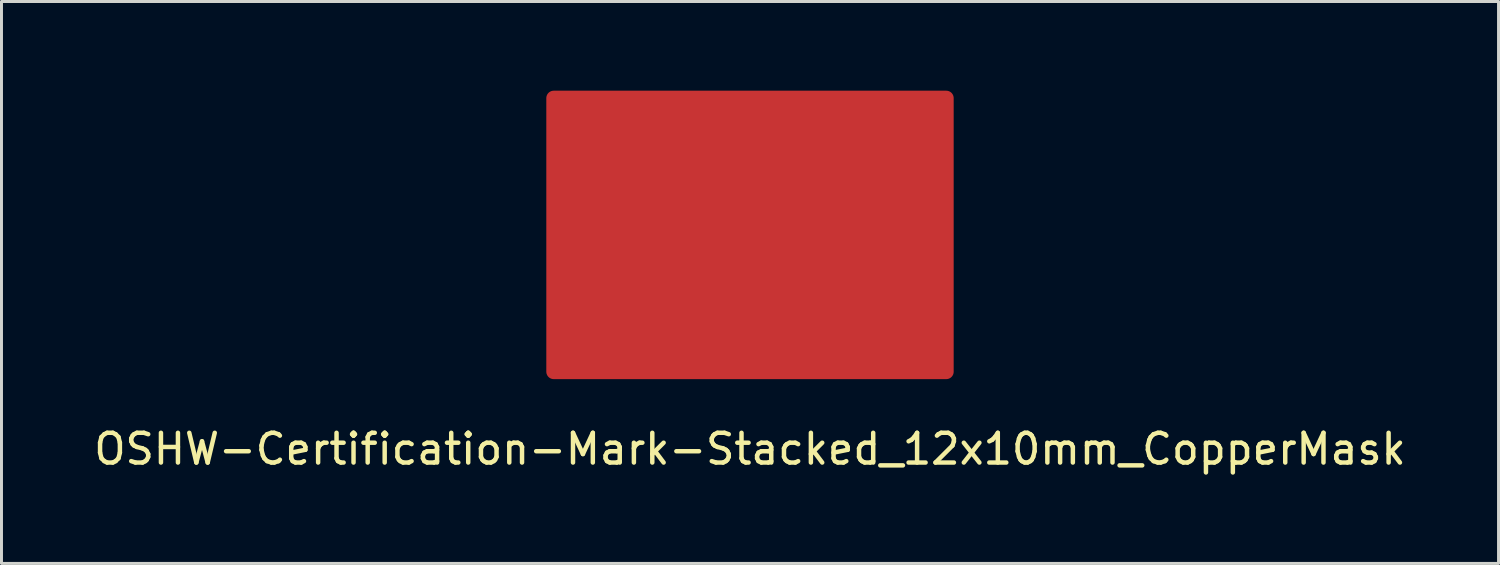
<source format=kicad_pcb>
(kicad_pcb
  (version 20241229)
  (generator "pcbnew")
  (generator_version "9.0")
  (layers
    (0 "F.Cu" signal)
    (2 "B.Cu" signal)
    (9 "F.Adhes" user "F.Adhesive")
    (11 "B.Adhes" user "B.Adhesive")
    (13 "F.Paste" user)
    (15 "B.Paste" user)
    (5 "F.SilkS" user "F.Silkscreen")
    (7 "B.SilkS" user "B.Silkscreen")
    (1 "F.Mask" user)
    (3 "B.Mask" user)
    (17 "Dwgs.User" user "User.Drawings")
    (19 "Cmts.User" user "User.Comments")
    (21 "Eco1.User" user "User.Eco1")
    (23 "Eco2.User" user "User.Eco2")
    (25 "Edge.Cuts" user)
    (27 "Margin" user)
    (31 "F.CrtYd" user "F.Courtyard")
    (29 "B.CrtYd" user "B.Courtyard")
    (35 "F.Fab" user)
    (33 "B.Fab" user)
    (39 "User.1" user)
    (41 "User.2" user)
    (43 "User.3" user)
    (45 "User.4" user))
  (footprint "OSHW-Certification-Mark-Stacked_12x10mm_CopperMask"
    (layer "F.Cu")
    (at 22.172 4.65)
    (property "Reference" "OSHW-Certification-Mark-Stacked_12x10mm_CopperMask" (at 0.000231 7.4 0) (unlocked yes) (layer "F.SilkS") (effects (font (size 1 1) (thickness 0.15))))
    (attr board_only exclude_from_pos_files exclude_from_bom allow_missing_courtyard)
    (fp_rect (start -6.6 -4.4) (end 6.6 4.8) (stroke (width 0.5) (type solid)) (fill yes) (layer "F.Cu"))
    (fp_poly (pts (xy -2.871 -0.758) (xy -2.871 -0.758) (xy -2.871 -0.758)) (stroke (width 0) (type solid)) (fill yes) (layer "F.Mask"))
    (fp_poly (pts (xy 6.191 2.037) (xy -6.191 2.037) (xy -6.191 -3.674) (xy -6.191 -3.674) (xy 3.991 -3.674) (xy 3.991 -3.171) (xy -5.687 -3.171) (xy -5.687 1.533) (xy 5.688 1.533) (xy 5.698 -3.674) (xy 6.191 -3.674)) (stroke (width 0) (type solid)) (fill yes) (layer "F.Mask"))
    (fp_poly (pts (xy 0.449 -1.025) (xy 1.537 -1.025) (xy 1.537 -2.229) (xy 1.936 -2.229) (xy 1.936 0.708) (xy 1.537 0.708) (xy 1.537 -0.691) (xy 0.449 -0.691) (xy 0.449 0.708) (xy 0.05 0.708) (xy 0.05 -2.229) (xy 0.449 -2.229)) (stroke (width 0) (type solid)) (fill yes) (layer "F.Mask"))
    (fp_poly (pts (xy 4.19 0.708) (xy 3.814 0.708) (xy 3.415 -1.037) (xy 3.018 0.708) (xy 2.642 0.708) (xy 2.204 -2.229) (xy 2.591 -2.229) (xy 2.872 0.155) (xy 3.207 -1.422) (xy 3.622 -1.422) (xy 3.96 0.159) (xy 4.912 -4.41) (xy 5.3 -4.41)) (stroke (width 0) (type solid)) (fill yes) (layer "F.Mask"))
    (fp_poly (pts (xy -3.793 -2.28) (xy -3.734 -2.276) (xy -3.677 -2.268) (xy -3.621 -2.258) (xy -3.568 -2.245) (xy -3.517 -2.229) (xy -3.468 -2.209) (xy -3.42 -2.187) (xy -3.375 -2.162) (xy -3.332 -2.134) (xy -3.291 -2.103) (xy -3.252 -2.069) (xy -3.214 -2.032) (xy -3.179 -1.993) (xy -3.146 -1.95) (xy -3.115 -1.904) (xy -3.085 -1.855) (xy -3.057 -1.804) (xy -3.032 -1.749) (xy -3.008 -1.691) (xy -2.986 -1.63) (xy -2.966 -1.566) (xy -2.948 -1.499) (xy -2.932 -1.429) (xy -2.917 -1.356) (xy -2.905 -1.279) (xy -2.895 -1.2) (xy -2.886 -1.118) (xy -2.879 -1.032) (xy -2.875 -0.944) (xy -2.872 -0.852) (xy -2.871 -0.758) (xy -2.872 -0.663) (xy -2.875 -0.572) (xy -2.879 -0.484) (xy -2.886 -0.398) (xy -2.895 -0.316) (xy -2.905 -0.237) (xy -2.917 -0.161) (xy -2.932 -0.088) (xy -2.948 -0.018) (xy -2.966 0.049) (xy -2.986 0.113) (xy -3.008 0.174) (xy -3.032 0.232) (xy -3.057 0.286) (xy -3.085 0.338) (xy -3.115 0.387) (xy -3.13 0.41) (xy -3.146 0.433) (xy -3.162 0.454) (xy -3.179 0.475) (xy -3.196 0.496) (xy -3.214 0.515) (xy -3.233 0.534) (xy -3.252 0.552) (xy -3.271 0.57) (xy -3.291 0.586) (xy -3.311 0.602) (xy -3.332 0.617) (xy -3.353 0.631) (xy -3.375 0.645) (xy -3.398 0.658) (xy -3.42 0.67) (xy -3.444 0.682) (xy -3.468 0.692) (xy -3.492 0.702) (xy -3.517 0.711) (xy -3.542 0.72) (xy -3.568 0.728) (xy -3.594 0.735) (xy -3.621 0.741) (xy -3.649 0.747) (xy -3.677 0.751) (xy -3.734 0.759) (xy -3.793 0.763) (xy -3.854 0.765) (xy -3.915 0.763) (xy -3.975 0.759) (xy -4.032 0.751) (xy -4.087 0.741) (xy -4.14 0.728) (xy -4.191 0.712) (xy -4.241 0.693) (xy -4.288 0.671) (xy -4.333 0.646) (xy -4.376 0.618) (xy -4.417 0.587) (xy -4.457 0.553) (xy -4.494 0.517) (xy -4.529 0.477) (xy -4.562 0.434) (xy -4.594 0.389) (xy -4.623 0.34) (xy -4.65 0.289) (xy -4.676 0.234) (xy -4.699 0.176) (xy -4.721 0.116) (xy -4.741 0.052) (xy -4.759 -0.015) (xy -4.775 -0.086) (xy -4.789 -0.159) (xy -4.801 -0.235) (xy -4.812 -0.314) (xy -4.82 -0.397) (xy -4.827 -0.482) (xy -4.832 -0.571) (xy -4.835 -0.663) (xy -4.835 -0.758) (xy -4.421 -0.758) (xy -4.418 -0.602) (xy -4.412 -0.458) (xy -4.402 -0.326) (xy -4.388 -0.204) (xy -4.379 -0.148) (xy -4.369 -0.095) (xy -4.358 -0.044) (xy -4.346 0.003) (xy -4.334 0.048) (xy -4.32 0.09) (xy -4.305 0.129) (xy -4.289 0.165) (xy -4.271 0.198) (xy -4.262 0.214) (xy -4.253 0.23) (xy -4.243 0.245) (xy -4.233 0.259) (xy -4.222 0.273) (xy -4.211 0.286) (xy -4.2 0.299) (xy -4.189 0.311) (xy -4.177 0.323) (xy -4.165 0.334) (xy -4.153 0.344) (xy -4.14 0.354) (xy -4.127 0.364) (xy -4.113 0.373) (xy -4.099 0.381) (xy -4.085 0.389) (xy -4.071 0.396) (xy -4.056 0.403) (xy -4.041 0.409) (xy -4.026 0.415) (xy -4.01 0.42) (xy -3.994 0.425) (xy -3.978 0.429) (xy -3.961 0.432) (xy -3.944 0.435) (xy -3.927 0.438) (xy -3.909 0.44) (xy -3.891 0.441) (xy -3.854 0.442) (xy -3.817 0.441) (xy -3.781 0.438) (xy -3.747 0.432) (xy -3.713 0.425) (xy -3.682 0.415) (xy -3.651 0.403) (xy -3.622 0.389) (xy -3.594 0.373) (xy -3.568 0.355) (xy -3.542 0.334) (xy -3.519 0.312) (xy -3.496 0.287) (xy -3.475 0.26) (xy -3.455 0.231) (xy -3.437 0.2) (xy -3.419 0.167) (xy -3.403 0.131) (xy -3.388 0.092) (xy -3.374 0.05) (xy -3.361 0.005) (xy -3.349 -0.043) (xy -3.338 -0.093) (xy -3.328 -0.147) (xy -3.319 -0.203) (xy -3.311 -0.262) (xy -3.305 -0.324) (xy -3.299 -0.389) (xy -3.294 -0.457) (xy -3.29 -0.528) (xy -3.288 -0.602) (xy -3.286 -0.678) (xy -3.286 -0.758) (xy -3.288 -0.914) (xy -3.294 -1.058) (xy -3.305 -1.191) (xy -3.319 -1.312) (xy -3.328 -1.369) (xy -3.338 -1.422) (xy -3.349 -1.473) (xy -3.361 -1.52) (xy -3.374 -1.565) (xy -3.388 -1.607) (xy -3.403 -1.646) (xy -3.419 -1.682) (xy -3.437 -1.716) (xy -3.446 -1.732) (xy -3.455 -1.747) (xy -3.465 -1.762) (xy -3.475 -1.776) (xy -3.485 -1.79) (xy -3.496 -1.803) (xy -3.507 -1.816) (xy -3.519 -1.828) (xy -3.53 -1.84) (xy -3.542 -1.851) (xy -3.555 -1.861) (xy -3.568 -1.872) (xy -3.581 -1.881) (xy -3.594 -1.89) (xy -3.608 -1.898) (xy -3.622 -1.906) (xy -3.636 -1.913) (xy -3.651 -1.92) (xy -3.666 -1.927) (xy -3.682 -1.932) (xy -3.697 -1.937) (xy -3.713 -1.942) (xy -3.73 -1.946) (xy -3.747 -1.95) (xy -3.764 -1.953) (xy -3.781 -1.955) (xy -3.799 -1.957) (xy -3.817 -1.958) (xy -3.854 -1.959) (xy -3.891 -1.958) (xy -3.927 -1.955) (xy -3.961 -1.95) (xy -3.994 -1.942) (xy -4.026 -1.932) (xy -4.056 -1.92) (xy -4.085 -1.906) (xy -4.113 -1.89) (xy -4.14 -1.872) (xy -4.165 -1.851) (xy -4.189 -1.828) (xy -4.211 -1.803) (xy -4.233 -1.776) (xy -4.253 -1.747) (xy -4.271 -1.716) (xy -4.289 -1.682) (xy -4.305 -1.646) (xy -4.32 -1.607) (xy -4.334 -1.565) (xy -4.346 -1.52) (xy -4.358 -1.473) (xy -4.369 -1.422) (xy -4.379 -1.369) (xy -4.388 -1.312) (xy -4.395 -1.253) (xy -4.402 -1.191) (xy -4.408 -1.126) (xy -4.412 -1.058) (xy -4.416 -0.987) (xy -4.418 -0.914) (xy -4.42 -0.837) (xy -4.421 -0.758) (xy -4.835 -0.758) (xy -4.835 -0.758) (xy -4.835 -0.852) (xy -4.832 -0.944) (xy -4.827 -1.032) (xy -4.82 -1.118) (xy -4.812 -1.2) (xy -4.801 -1.279) (xy -4.789 -1.356) (xy -4.775 -1.429) (xy -4.759 -1.499) (xy -4.741 -1.566) (xy -4.721 -1.63) (xy -4.699 -1.691) (xy -4.676 -1.749) (xy -4.65 -1.804) (xy -4.623 -1.855) (xy -4.594 -1.904) (xy -4.578 -1.927) (xy -4.562 -1.95) (xy -4.546 -1.972) (xy -4.529 -1.993) (xy -4.511 -2.013) (xy -4.493 -2.032) (xy -4.475 -2.051) (xy -4.456 -2.069) (xy -4.436 -2.087) (xy -4.417 -2.103) (xy -4.396 -2.119) (xy -4.375 -2.134) (xy -4.354 -2.149) (xy -4.332 -2.162) (xy -4.31 -2.175) (xy -4.287 -2.187) (xy -4.263 -2.199) (xy -4.24 -2.209) (xy -4.215 -2.219) (xy -4.19 -2.229) (xy -4.165 -2.237) (xy -4.139 -2.245) (xy -4.113 -2.252) (xy -4.086 -2.258) (xy -4.031 -2.268) (xy -3.974 -2.276) (xy -3.915 -2.28) (xy -3.854 -2.282)) (stroke (width 0) (type solid)) (fill yes) (layer "F.Mask"))
    (fp_poly (pts (xy -1.359 -2.281) (xy -1.315 -2.279) (xy -1.272 -2.276) (xy -1.228 -2.271) (xy -1.183 -2.266) (xy -1.137 -2.259) (xy -1.092 -2.251) (xy -1.045 -2.242) (xy -0.998 -2.232) (xy -0.95 -2.221) (xy -0.902 -2.208) (xy -0.853 -2.195) (xy -0.804 -2.18) (xy -0.754 -2.164) (xy -0.703 -2.146) (xy -0.652 -2.128) (xy -0.652 -1.725) (xy -0.697 -1.753) (xy -0.742 -1.779) (xy -0.788 -1.804) (xy -0.833 -1.826) (xy -0.879 -1.847) (xy -0.924 -1.867) (xy -0.97 -1.884) (xy -1.016 -1.9) (xy -1.061 -1.914) (xy -1.106 -1.926) (xy -1.152 -1.936) (xy -1.198 -1.944) (xy -1.243 -1.95) (xy -1.289 -1.955) (xy -1.335 -1.958) (xy -1.381 -1.959) (xy -1.416 -1.958) (xy -1.45 -1.957) (xy -1.483 -1.954) (xy -1.515 -1.95) (xy -1.546 -1.946) (xy -1.576 -1.94) (xy -1.605 -1.934) (xy -1.633 -1.926) (xy -1.66 -1.917) (xy -1.687 -1.907) (xy -1.712 -1.896) (xy -1.737 -1.885) (xy -1.761 -1.872) (xy -1.783 -1.858) (xy -1.805 -1.843) (xy -1.826 -1.827) (xy -1.846 -1.81) (xy -1.864 -1.793) (xy -1.881 -1.775) (xy -1.897 -1.756) (xy -1.912 -1.737) (xy -1.925 -1.717) (xy -1.937 -1.696) (xy -1.948 -1.674) (xy -1.958 -1.652) (xy -1.966 -1.629) (xy -1.973 -1.605) (xy -1.979 -1.58) (xy -1.983 -1.555) (xy -1.987 -1.529) (xy -1.988 -1.502) (xy -1.989 -1.475) (xy -1.989 -1.451) (xy -1.987 -1.428) (xy -1.985 -1.405) (xy -1.982 -1.383) (xy -1.979 -1.362) (xy -1.974 -1.342) (xy -1.969 -1.322) (xy -1.963 -1.303) (xy -1.956 -1.285) (xy -1.948 -1.268) (xy -1.939 -1.251) (xy -1.929 -1.235) (xy -1.919 -1.22) (xy -1.908 -1.205) (xy -1.896 -1.191) (xy -1.883 -1.178) (xy -1.869 -1.165) (xy -1.853 -1.153) (xy -1.836 -1.141) (xy -1.817 -1.129) (xy -1.797 -1.117) (xy -1.776 -1.106) (xy -1.753 -1.095) (xy -1.729 -1.084) (xy -1.703 -1.073) (xy -1.675 -1.063) (xy -1.647 -1.053) (xy -1.617 -1.043) (xy -1.585 -1.034) (xy -1.552 -1.025) (xy -1.518 -1.016) (xy -1.482 -1.007) (xy -1.273 -0.96) (xy -1.223 -0.947) (xy -1.174 -0.934) (xy -1.126 -0.92) (xy -1.081 -0.905) (xy -1.037 -0.889) (xy -0.995 -0.872) (xy -0.955 -0.854) (xy -0.916 -0.836) (xy -0.88 -0.816) (xy -0.845 -0.796) (xy -0.811 -0.775) (xy -0.78 -0.753) (xy -0.75 -0.73) (xy -0.722 -0.707) (xy -0.696 -0.682) (xy -0.671 -0.657) (xy -0.649 -0.63) (xy -0.627 -0.603) (xy -0.607 -0.574) (xy -0.589 -0.544) (xy -0.572 -0.513) (xy -0.556 -0.481) (xy -0.542 -0.447) (xy -0.53 -0.413) (xy -0.519 -0.377) (xy -0.509 -0.34) (xy -0.501 -0.302) (xy -0.494 -0.263) (xy -0.489 -0.223) (xy -0.486 -0.181) (xy -0.483 -0.138) (xy -0.483 -0.094) (xy -0.484 -0.043) (xy -0.487 0.007) (xy -0.492 0.056) (xy -0.499 0.103) (xy -0.508 0.148) (xy -0.519 0.192) (xy -0.532 0.234) (xy -0.548 0.275) (xy -0.565 0.314) (xy -0.584 0.352) (xy -0.605 0.388) (xy -0.629 0.422) (xy -0.654 0.455) (xy -0.681 0.487) (xy -0.711 0.517) (xy -0.742 0.545) (xy -0.776 0.572) (xy -0.811 0.596) (xy -0.848 0.62) (xy -0.887 0.641) (xy -0.928 0.661) (xy -0.97 0.679) (xy -1.015 0.695) (xy -1.061 0.71) (xy -1.109 0.723) (xy -1.159 0.734) (xy -1.211 0.744) (xy -1.264 0.751) (xy -1.32 0.757) (xy -1.377 0.762) (xy -1.436 0.764) (xy -1.497 0.765) (xy -1.549 0.764) (xy -1.601 0.762) (xy -1.653 0.759) (xy -1.704 0.754) (xy -1.756 0.747) (xy -1.808 0.74) (xy -1.86 0.73) (xy -1.912 0.72) (xy -1.965 0.708) (xy -2.017 0.695) (xy -2.069 0.681) (xy -2.121 0.665) (xy -2.174 0.648) (xy -2.226 0.63) (xy -2.279 0.61) (xy -2.331 0.588) (xy -2.331 0.165) (xy -2.275 0.2) (xy -2.22 0.232) (xy -2.165 0.262) (xy -2.112 0.29) (xy -2.059 0.315) (xy -2.006 0.337) (xy -1.955 0.358) (xy -1.905 0.376) (xy -1.854 0.391) (xy -1.803 0.405) (xy -1.752 0.416) (xy -1.701 0.426) (xy -1.651 0.433) (xy -1.6 0.438) (xy -1.549 0.442) (xy -1.497 0.443) (xy -1.46 0.442) (xy -1.424 0.44) (xy -1.389 0.438) (xy -1.355 0.434) (xy -1.322 0.43) (xy -1.291 0.424) (xy -1.26 0.417) (xy -1.23 0.409) (xy -1.201 0.4) (xy -1.174 0.39) (xy -1.147 0.379) (xy -1.121 0.367) (xy -1.097 0.354) (xy -1.073 0.34) (xy -1.051 0.325) (xy -1.029 0.309) (xy -1.009 0.291) (xy -0.99 0.273) (xy -0.973 0.254) (xy -0.956 0.234) (xy -0.941 0.214) (xy -0.928 0.192) (xy -0.915 0.17) (xy -0.904 0.147) (xy -0.894 0.123) (xy -0.886 0.098) (xy -0.879 0.072) (xy -0.873 0.046) (xy -0.868 0.018) (xy -0.865 -0.01) (xy -0.863 -0.039) (xy -0.862 -0.069) (xy -0.863 -0.096) (xy -0.864 -0.122) (xy -0.866 -0.148) (xy -0.869 -0.172) (xy -0.874 -0.196) (xy -0.879 -0.219) (xy -0.884 -0.242) (xy -0.891 -0.263) (xy -0.899 -0.284) (xy -0.908 -0.303) (xy -0.917 -0.322) (xy -0.927 -0.341) (xy -0.939 -0.358) (xy -0.951 -0.374) (xy -0.964 -0.39) (xy -0.978 -0.405) (xy -0.993 -0.419) (xy -1.009 -0.433) (xy -1.027 -0.447) (xy -1.046 -0.46) (xy -1.066 -0.472) (xy -1.088 -0.485) (xy -1.111 -0.496) (xy -1.135 -0.508) (xy -1.161 -0.519) (xy -1.188 -0.529) (xy -1.216 -0.54) (xy -1.246 -0.549) (xy -1.277 -0.559) (xy -1.309 -0.567) (xy -1.343 -0.576) (xy -1.377 -0.584) (xy -1.59 -0.633) (xy -1.64 -0.645) (xy -1.689 -0.658) (xy -1.735 -0.671) (xy -1.78 -0.685) (xy -1.824 -0.7) (xy -1.865 -0.716) (xy -1.905 -0.732) (xy -1.943 -0.749) (xy -1.979 -0.767) (xy -2.014 -0.786) (xy -2.046 -0.805) (xy -2.077 -0.825) (xy -2.107 -0.846) (xy -2.134 -0.867) (xy -2.16 -0.889) (xy -2.184 -0.912) (xy -2.206 -0.936) (xy -2.227 -0.961) (xy -2.247 -0.987) (xy -2.265 -1.014) (xy -2.281 -1.042) (xy -2.296 -1.071) (xy -2.31 -1.1) (xy -2.322 -1.131) (xy -2.333 -1.163) (xy -2.343 -1.196) (xy -2.351 -1.23) (xy -2.357 -1.265) (xy -2.362 -1.3) (xy -2.366 -1.337) (xy -2.368 -1.375) (xy -2.369 -1.414) (xy -2.368 -1.463) (xy -2.365 -1.51) (xy -2.359 -1.556) (xy -2.352 -1.601) (xy -2.343 -1.644) (xy -2.332 -1.687) (xy -2.318 -1.728) (xy -2.303 -1.768) (xy -2.285 -1.807) (xy -2.266 -1.844) (xy -2.244 -1.88) (xy -2.22 -1.915) (xy -2.195 -1.949) (xy -2.167 -1.982) (xy -2.137 -2.013) (xy -2.105 -2.043) (xy -2.071 -2.072) (xy -2.036 -2.099) (xy -1.999 -2.124) (xy -1.962 -2.147) (xy -1.922 -2.169) (xy -1.882 -2.188) (xy -1.84 -2.206) (xy -1.796 -2.222) (xy -1.752 -2.236) (xy -1.706 -2.248) (xy -1.658 -2.258) (xy -1.61 -2.266) (xy -1.559 -2.273) (xy -1.508 -2.278) (xy -1.455 -2.28) (xy -1.401 -2.281)) (stroke (width 0) (type solid)) (fill yes) (layer "F.Mask"))
    (fp_text user "XX000000" (at -6.191 4.5 0) (unlocked yes) (layer "F.Mask") (effects (font (size 1.62 1.62) (thickness 0.2)) (justify left bottom))))
  (gr_rect
    (start -3 -3)
    (end 47.345 15.898)
    (stroke (width 0.1) (type default))
    (fill no)
    (layer "Edge.Cuts")))
</source>
